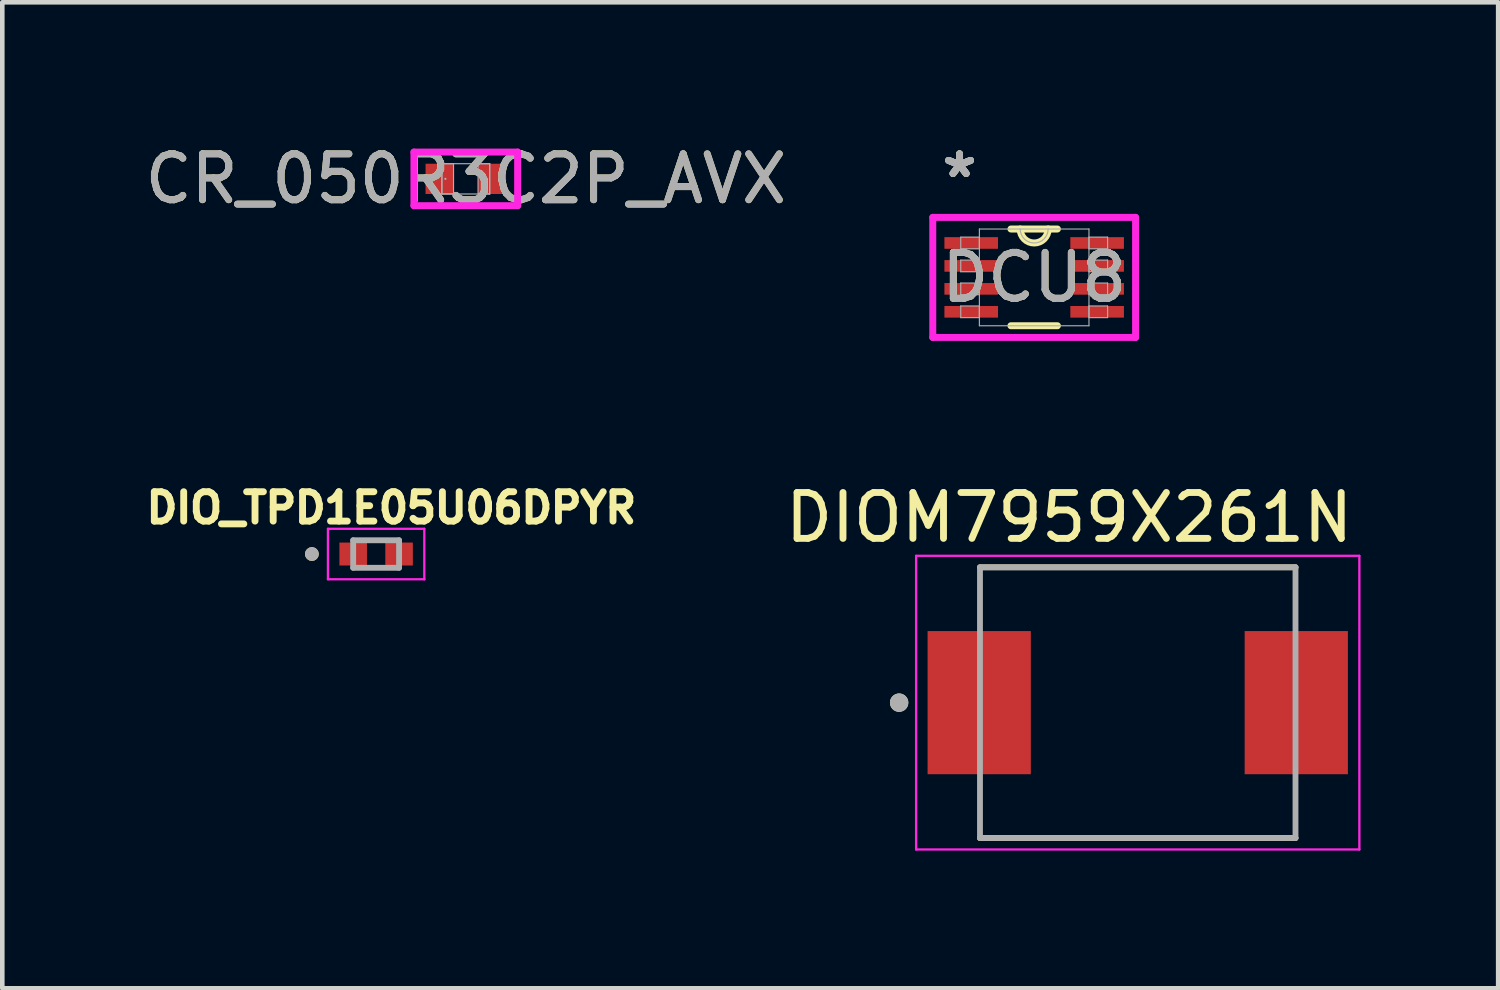
<source format=kicad_pcb>
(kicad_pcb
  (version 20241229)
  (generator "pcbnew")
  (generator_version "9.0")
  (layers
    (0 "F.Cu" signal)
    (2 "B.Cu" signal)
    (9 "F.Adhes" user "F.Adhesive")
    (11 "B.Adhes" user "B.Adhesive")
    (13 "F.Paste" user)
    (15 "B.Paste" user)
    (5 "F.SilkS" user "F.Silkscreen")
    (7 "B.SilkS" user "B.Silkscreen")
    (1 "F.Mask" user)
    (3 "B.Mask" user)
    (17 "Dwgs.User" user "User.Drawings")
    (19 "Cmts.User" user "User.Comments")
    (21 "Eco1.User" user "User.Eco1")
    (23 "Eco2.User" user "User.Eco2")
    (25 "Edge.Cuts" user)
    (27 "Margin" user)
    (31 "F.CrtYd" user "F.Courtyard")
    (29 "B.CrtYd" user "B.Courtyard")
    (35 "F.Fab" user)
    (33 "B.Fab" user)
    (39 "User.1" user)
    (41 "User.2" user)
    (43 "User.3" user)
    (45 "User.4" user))
  (footprint "CR_050R3C2P_AVX"
    (layer "F.Cu")
    (at 7.101 0.848)
    (property "Reference" "CR_050R3C2P_AVX" (at 0 0 0) (unlocked yes) (layer "F.SilkS") (effects (font (size 1 1) (thickness 0.15))))
    (attr smd)
    (fp_line (start -1.13 -0.584) (end 1.13 -0.584) (stroke (width 0.152) (type solid)) (layer "F.CrtYd"))
    (fp_line (start -1.13 0.584) (end -1.13 -0.584) (stroke (width 0.152) (type solid)) (layer "F.CrtYd"))
    (fp_line (start 1.13 -0.584) (end 1.13 0.584) (stroke (width 0.152) (type solid)) (layer "F.CrtYd"))
    (fp_line (start 1.13 0.584) (end -1.13 0.584) (stroke (width 0.152) (type solid)) (layer "F.CrtYd"))
    (fp_line (start -0.521 -0.33) (end -0.521 0.33) (stroke (width 0.025) (type solid)) (layer "F.Fab"))
    (fp_line (start -0.521 -0.33) (end -0.521 0.33) (stroke (width 0.025) (type solid)) (layer "F.Fab"))
    (fp_line (start -0.521 0.33) (end -0.267 0.33) (stroke (width 0.025) (type solid)) (layer "F.Fab"))
    (fp_line (start -0.521 0.33) (end 0.521 0.33) (stroke (width 0.025) (type solid)) (layer "F.Fab"))
    (fp_line (start -0.267 -0.33) (end -0.521 -0.33) (stroke (width 0.025) (type solid)) (layer "F.Fab"))
    (fp_line (start -0.267 0.33) (end -0.267 -0.33) (stroke (width 0.025) (type solid)) (layer "F.Fab"))
    (fp_line (start 0.267 -0.33) (end 0.267 0.33) (stroke (width 0.025) (type solid)) (layer "F.Fab"))
    (fp_line (start 0.267 0.33) (end 0.521 0.33) (stroke (width 0.025) (type solid)) (layer "F.Fab"))
    (fp_line (start 0.521 -0.33) (end -0.521 -0.33) (stroke (width 0.025) (type solid)) (layer "F.Fab"))
    (fp_line (start 0.521 -0.33) (end 0.267 -0.33) (stroke (width 0.025) (type solid)) (layer "F.Fab"))
    (fp_line (start 0.521 0.33) (end 0.521 -0.33) (stroke (width 0.025) (type solid)) (layer "F.Fab"))
    (fp_line (start 0.521 0.33) (end 0.521 -0.33) (stroke (width 0.025) (type solid)) (layer "F.Fab"))
    (fp_circle (center -0.445 0) (end -0.445 0) (stroke (width 0.025) (type solid)) (fill no) (layer "F.Fab"))
    (fp_text user "${REFERENCE}" (at 0 0 0) (unlocked yes) (layer "F.Fab") (effects (font (size 1 1) (thickness 0.15))))
    (pad "1" smd rect (at -0.572 0) (size 0.61 0.66) (layers "F.Cu" "F.Mask" "F.Paste"))
    (pad "2" smd rect (at 0.572 0) (size 0.61 0.66) (layers "F.Cu" "F.Mask" "F.Paste"))
    (zone (net_name "") (layer "F.Cu") (hatch full 0.508) (connect_pads) (min_thickness 0.254) (filled_areas_thickness no) (keepout (tracks not_allowed) (vias not_allowed) (pads allowed) (copperpour not_allowed) (footprints allowed)) (placement (enabled no)) (fill) (polygon (pts (xy 6.885 0.569) (xy 7.317 0.569) (xy 7.317 1.128) (xy 6.885 1.128)))))
  (footprint "DIO_TPD1E05U06DPYR"
    (layer "F.Cu")
    (at 5.147 9.024)
    (property "Reference" "DIO_TPD1E05U06DPYR" (at 0.332 -1.006 0) (layer "F.SilkS") (effects (font (size 0.64 0.64) (thickness 0.15))))
    (attr smd)
    (fp_circle (center -1.4 0) (end -1.325 0) (stroke (width 0.15) (type solid)) (fill no) (layer "F.SilkS"))
    (fp_line (start -1.05 -0.55) (end -1.05 0.55) (stroke (width 0.05) (type solid)) (layer "F.CrtYd"))
    (fp_line (start -1.05 0.55) (end 1.05 0.55) (stroke (width 0.05) (type solid)) (layer "F.CrtYd"))
    (fp_line (start 1.05 -0.55) (end -1.05 -0.55) (stroke (width 0.05) (type solid)) (layer "F.CrtYd"))
    (fp_line (start 1.05 0.55) (end 1.05 -0.55) (stroke (width 0.05) (type solid)) (layer "F.CrtYd"))
    (fp_line (start -0.5 -0.3) (end -0.5 0.3) (stroke (width 0.127) (type solid)) (layer "F.Fab"))
    (fp_line (start -0.5 0.3) (end 0.5 0.3) (stroke (width 0.127) (type solid)) (layer "F.Fab"))
    (fp_line (start 0.5 -0.3) (end -0.5 -0.3) (stroke (width 0.127) (type solid)) (layer "F.Fab"))
    (fp_line (start 0.5 0.3) (end 0.5 -0.3) (stroke (width 0.127) (type solid)) (layer "F.Fab"))
    (fp_circle (center -1.4 0) (end -1.325 0) (stroke (width 0.15) (type solid)) (fill no) (layer "F.Fab"))
    (pad "1" smd rect (at -0.5 0) (size 0.6 0.5) (layers "F.Cu" "F.Mask" "F.Paste"))
    (pad "2" smd rect (at 0.5 0) (size 0.6 0.5) (layers "F.Cu" "F.Mask" "F.Paste")))
  (footprint "DIOM7959X261N"
    (layer "F.Cu")
    (at 21.745 12.263)
    (property "Reference" "DIOM7959X261N" (at -1.495 -4.035 0) (layer "F.SilkS") (effects (font (size 1 1) (thickness 0.15))))
    (attr smd)
    (fp_line (start -3.438 2.95) (end 3.438 2.95) (stroke (width 0.127) (type solid)) (layer "F.SilkS"))
    (fp_line (start 3.438 -2.95) (end -3.438 -2.95) (stroke (width 0.127) (type solid)) (layer "F.SilkS"))
    (fp_circle (center -5.2 0) (end -5.1 0) (stroke (width 0.2) (type solid)) (fill no) (layer "F.SilkS"))
    (fp_line (start -4.83 -3.2) (end -4.83 3.2) (stroke (width 0.05) (type solid)) (layer "F.CrtYd"))
    (fp_line (start -4.83 3.2) (end 4.83 3.2) (stroke (width 0.05) (type solid)) (layer "F.CrtYd"))
    (fp_line (start 4.83 -3.2) (end -4.83 -3.2) (stroke (width 0.05) (type solid)) (layer "F.CrtYd"))
    (fp_line (start 4.83 3.2) (end 4.83 -3.2) (stroke (width 0.05) (type solid)) (layer "F.CrtYd"))
    (fp_line (start -3.438 -2.95) (end -3.438 2.95) (stroke (width 0.127) (type solid)) (layer "F.Fab"))
    (fp_line (start -3.438 2.95) (end 3.438 2.95) (stroke (width 0.127) (type solid)) (layer "F.Fab"))
    (fp_line (start 3.438 -2.95) (end -3.438 -2.95) (stroke (width 0.127) (type solid)) (layer "F.Fab"))
    (fp_line (start 3.438 2.95) (end 3.438 -2.95) (stroke (width 0.127) (type solid)) (layer "F.Fab"))
    (fp_circle (center -5.2 0) (end -5.1 0) (stroke (width 0.2) (type solid)) (fill no) (layer "F.Fab"))
    (pad "A" smd rect (at 3.455 0) (size 2.25 3.12) (layers "F.Cu" "F.Mask" "F.Paste"))
    (pad "C" smd rect (at -3.455 0) (size 2.25 3.12) (layers "F.Cu" "F.Mask" "F.Paste")))
  (footprint "DCU8"
    (layer "F.Cu")
    (at 19.488 2.995)
    (property "Reference" "DCU8" (at 0 0 0) (unlocked yes) (layer "F.SilkS") (effects (font (size 1 1) (thickness 0.15))))
    (attr smd)
    (fp_line (start -0.506 1.054) (end 0.506 1.054) (stroke (width 0.152) (type solid)) (layer "F.SilkS"))
    (fp_line (start 0.506 -1.054) (end -0.506 -1.054) (stroke (width 0.152) (type solid)) (layer "F.SilkS"))
    (fp_arc (start 0.3048 -1.0541) (mid 0 -0.7493) (end -0.3048 -1.0541) (stroke (width 0.1524) (type solid)) (layer "F.SilkS"))
    (fp_line (start -2.21 -1.308) (end 2.21 -1.308) (stroke (width 0.152) (type solid)) (layer "F.CrtYd"))
    (fp_line (start -2.21 1.308) (end -2.21 -1.308) (stroke (width 0.152) (type solid)) (layer "F.CrtYd"))
    (fp_line (start 2.21 -1.308) (end 2.21 1.308) (stroke (width 0.152) (type solid)) (layer "F.CrtYd"))
    (fp_line (start 2.21 1.308) (end -2.21 1.308) (stroke (width 0.152) (type solid)) (layer "F.CrtYd"))
    (fp_line (start -1.6 -0.877) (end -1.6 -0.623) (stroke (width 0.025) (type solid)) (layer "F.Fab"))
    (fp_line (start -1.6 -0.623) (end -1.194 -0.623) (stroke (width 0.025) (type solid)) (layer "F.Fab"))
    (fp_line (start -1.6 -0.377) (end -1.6 -0.123) (stroke (width 0.025) (type solid)) (layer "F.Fab"))
    (fp_line (start -1.6 -0.123) (end -1.194 -0.123) (stroke (width 0.025) (type solid)) (layer "F.Fab"))
    (fp_line (start -1.6 0.123) (end -1.6 0.377) (stroke (width 0.025) (type solid)) (layer "F.Fab"))
    (fp_line (start -1.6 0.377) (end -1.194 0.377) (stroke (width 0.025) (type solid)) (layer "F.Fab"))
    (fp_line (start -1.6 0.623) (end -1.6 0.877) (stroke (width 0.025) (type solid)) (layer "F.Fab"))
    (fp_line (start -1.6 0.877) (end -1.194 0.877) (stroke (width 0.025) (type solid)) (layer "F.Fab"))
    (fp_line (start -1.194 -1.054) (end -1.194 1.054) (stroke (width 0.025) (type solid)) (layer "F.Fab"))
    (fp_line (start -1.194 -0.877) (end -1.6 -0.877) (stroke (width 0.025) (type solid)) (layer "F.Fab"))
    (fp_line (start -1.194 -0.623) (end -1.194 -0.877) (stroke (width 0.025) (type solid)) (layer "F.Fab"))
    (fp_line (start -1.194 -0.377) (end -1.6 -0.377) (stroke (width 0.025) (type solid)) (layer "F.Fab"))
    (fp_line (start -1.194 -0.123) (end -1.194 -0.377) (stroke (width 0.025) (type solid)) (layer "F.Fab"))
    (fp_line (start -1.194 0.123) (end -1.6 0.123) (stroke (width 0.025) (type solid)) (layer "F.Fab"))
    (fp_line (start -1.194 0.377) (end -1.194 0.123) (stroke (width 0.025) (type solid)) (layer "F.Fab"))
    (fp_line (start -1.194 0.623) (end -1.6 0.623) (stroke (width 0.025) (type solid)) (layer "F.Fab"))
    (fp_line (start -1.194 0.877) (end -1.194 0.623) (stroke (width 0.025) (type solid)) (layer "F.Fab"))
    (fp_line (start -1.194 1.054) (end 1.194 1.054) (stroke (width 0.025) (type solid)) (layer "F.Fab"))
    (fp_line (start 1.194 -1.054) (end -1.194 -1.054) (stroke (width 0.025) (type solid)) (layer "F.Fab"))
    (fp_line (start 1.194 -0.877) (end 1.194 -0.623) (stroke (width 0.025) (type solid)) (layer "F.Fab"))
    (fp_line (start 1.194 -0.623) (end 1.6 -0.623) (stroke (width 0.025) (type solid)) (layer "F.Fab"))
    (fp_line (start 1.194 -0.377) (end 1.194 -0.123) (stroke (width 0.025) (type solid)) (layer "F.Fab"))
    (fp_line (start 1.194 -0.123) (end 1.6 -0.123) (stroke (width 0.025) (type solid)) (layer "F.Fab"))
    (fp_line (start 1.194 0.123) (end 1.194 0.377) (stroke (width 0.025) (type solid)) (layer "F.Fab"))
    (fp_line (start 1.194 0.377) (end 1.6 0.377) (stroke (width 0.025) (type solid)) (layer "F.Fab"))
    (fp_line (start 1.194 0.623) (end 1.194 0.877) (stroke (width 0.025) (type solid)) (layer "F.Fab"))
    (fp_line (start 1.194 0.877) (end 1.6 0.877) (stroke (width 0.025) (type solid)) (layer "F.Fab"))
    (fp_line (start 1.194 1.054) (end 1.194 -1.054) (stroke (width 0.025) (type solid)) (layer "F.Fab"))
    (fp_line (start 1.6 -0.877) (end 1.194 -0.877) (stroke (width 0.025) (type solid)) (layer "F.Fab"))
    (fp_line (start 1.6 -0.623) (end 1.6 -0.877) (stroke (width 0.025) (type solid)) (layer "F.Fab"))
    (fp_line (start 1.6 -0.377) (end 1.194 -0.377) (stroke (width 0.025) (type solid)) (layer "F.Fab"))
    (fp_line (start 1.6 -0.123) (end 1.6 -0.377) (stroke (width 0.025) (type solid)) (layer "F.Fab"))
    (fp_line (start 1.6 0.123) (end 1.194 0.123) (stroke (width 0.025) (type solid)) (layer "F.Fab"))
    (fp_line (start 1.6 0.377) (end 1.6 0.123) (stroke (width 0.025) (type solid)) (layer "F.Fab"))
    (fp_line (start 1.6 0.623) (end 1.194 0.623) (stroke (width 0.025) (type solid)) (layer "F.Fab"))
    (fp_line (start 1.6 0.877) (end 1.6 0.623) (stroke (width 0.025) (type solid)) (layer "F.Fab"))
    (fp_arc (start 0.3048 -1.0541) (mid 0 -0.7493) (end -0.3048 -1.0541) (stroke (width 0.0254) (type solid)) (layer "F.Fab"))
    (fp_text user "*" (at -1.626 -2.147 0) (layer "F.SilkS") (effects (font (size 1 1) (thickness 0.15))))
    (fp_text user "*" (at -1.626 -2.147 0) (unlocked yes) (layer "F.SilkS") (effects (font (size 1 1) (thickness 0.15))))
    (fp_text user "${REFERENCE}" (at 0 0 0) (unlocked yes) (layer "F.Fab") (effects (font (size 1 1) (thickness 0.15))))
    (fp_text user "*" (at -1.626 -2.147 0) (unlocked yes) (layer "F.Fab") (effects (font (size 1 1) (thickness 0.15))))
    (fp_text user "*" (at -1.626 -2.147 0) (layer "F.Fab") (effects (font (size 1 1) (thickness 0.15))))
    (pad "1" smd rect (at -1.372 -0.75) (size 1.168 0.254) (layers "F.Cu" "F.Mask" "F.Paste"))
    (pad "2" smd rect (at -1.372 -0.25) (size 1.168 0.254) (layers "F.Cu" "F.Mask" "F.Paste"))
    (pad "3" smd rect (at -1.372 0.25) (size 1.168 0.254) (layers "F.Cu" "F.Mask" "F.Paste"))
    (pad "4" smd rect (at -1.372 0.75) (size 1.168 0.254) (layers "F.Cu" "F.Mask" "F.Paste"))
    (pad "5" smd rect (at 1.372 0.75) (size 1.168 0.254) (layers "F.Cu" "F.Mask" "F.Paste"))
    (pad "6" smd rect (at 1.372 0.25) (size 1.168 0.254) (layers "F.Cu" "F.Mask" "F.Paste"))
    (pad "7" smd rect (at 1.372 -0.25) (size 1.168 0.254) (layers "F.Cu" "F.Mask" "F.Paste"))
    (pad "8" smd rect (at 1.372 -0.75) (size 1.168 0.254) (layers "F.Cu" "F.Mask" "F.Paste")))
  (gr_rect
    (start -3 -3)
    (end 29.6 18.488)
    (stroke (width 0.1) (type default))
    (fill no)
    (layer "Edge.Cuts")))
</source>
